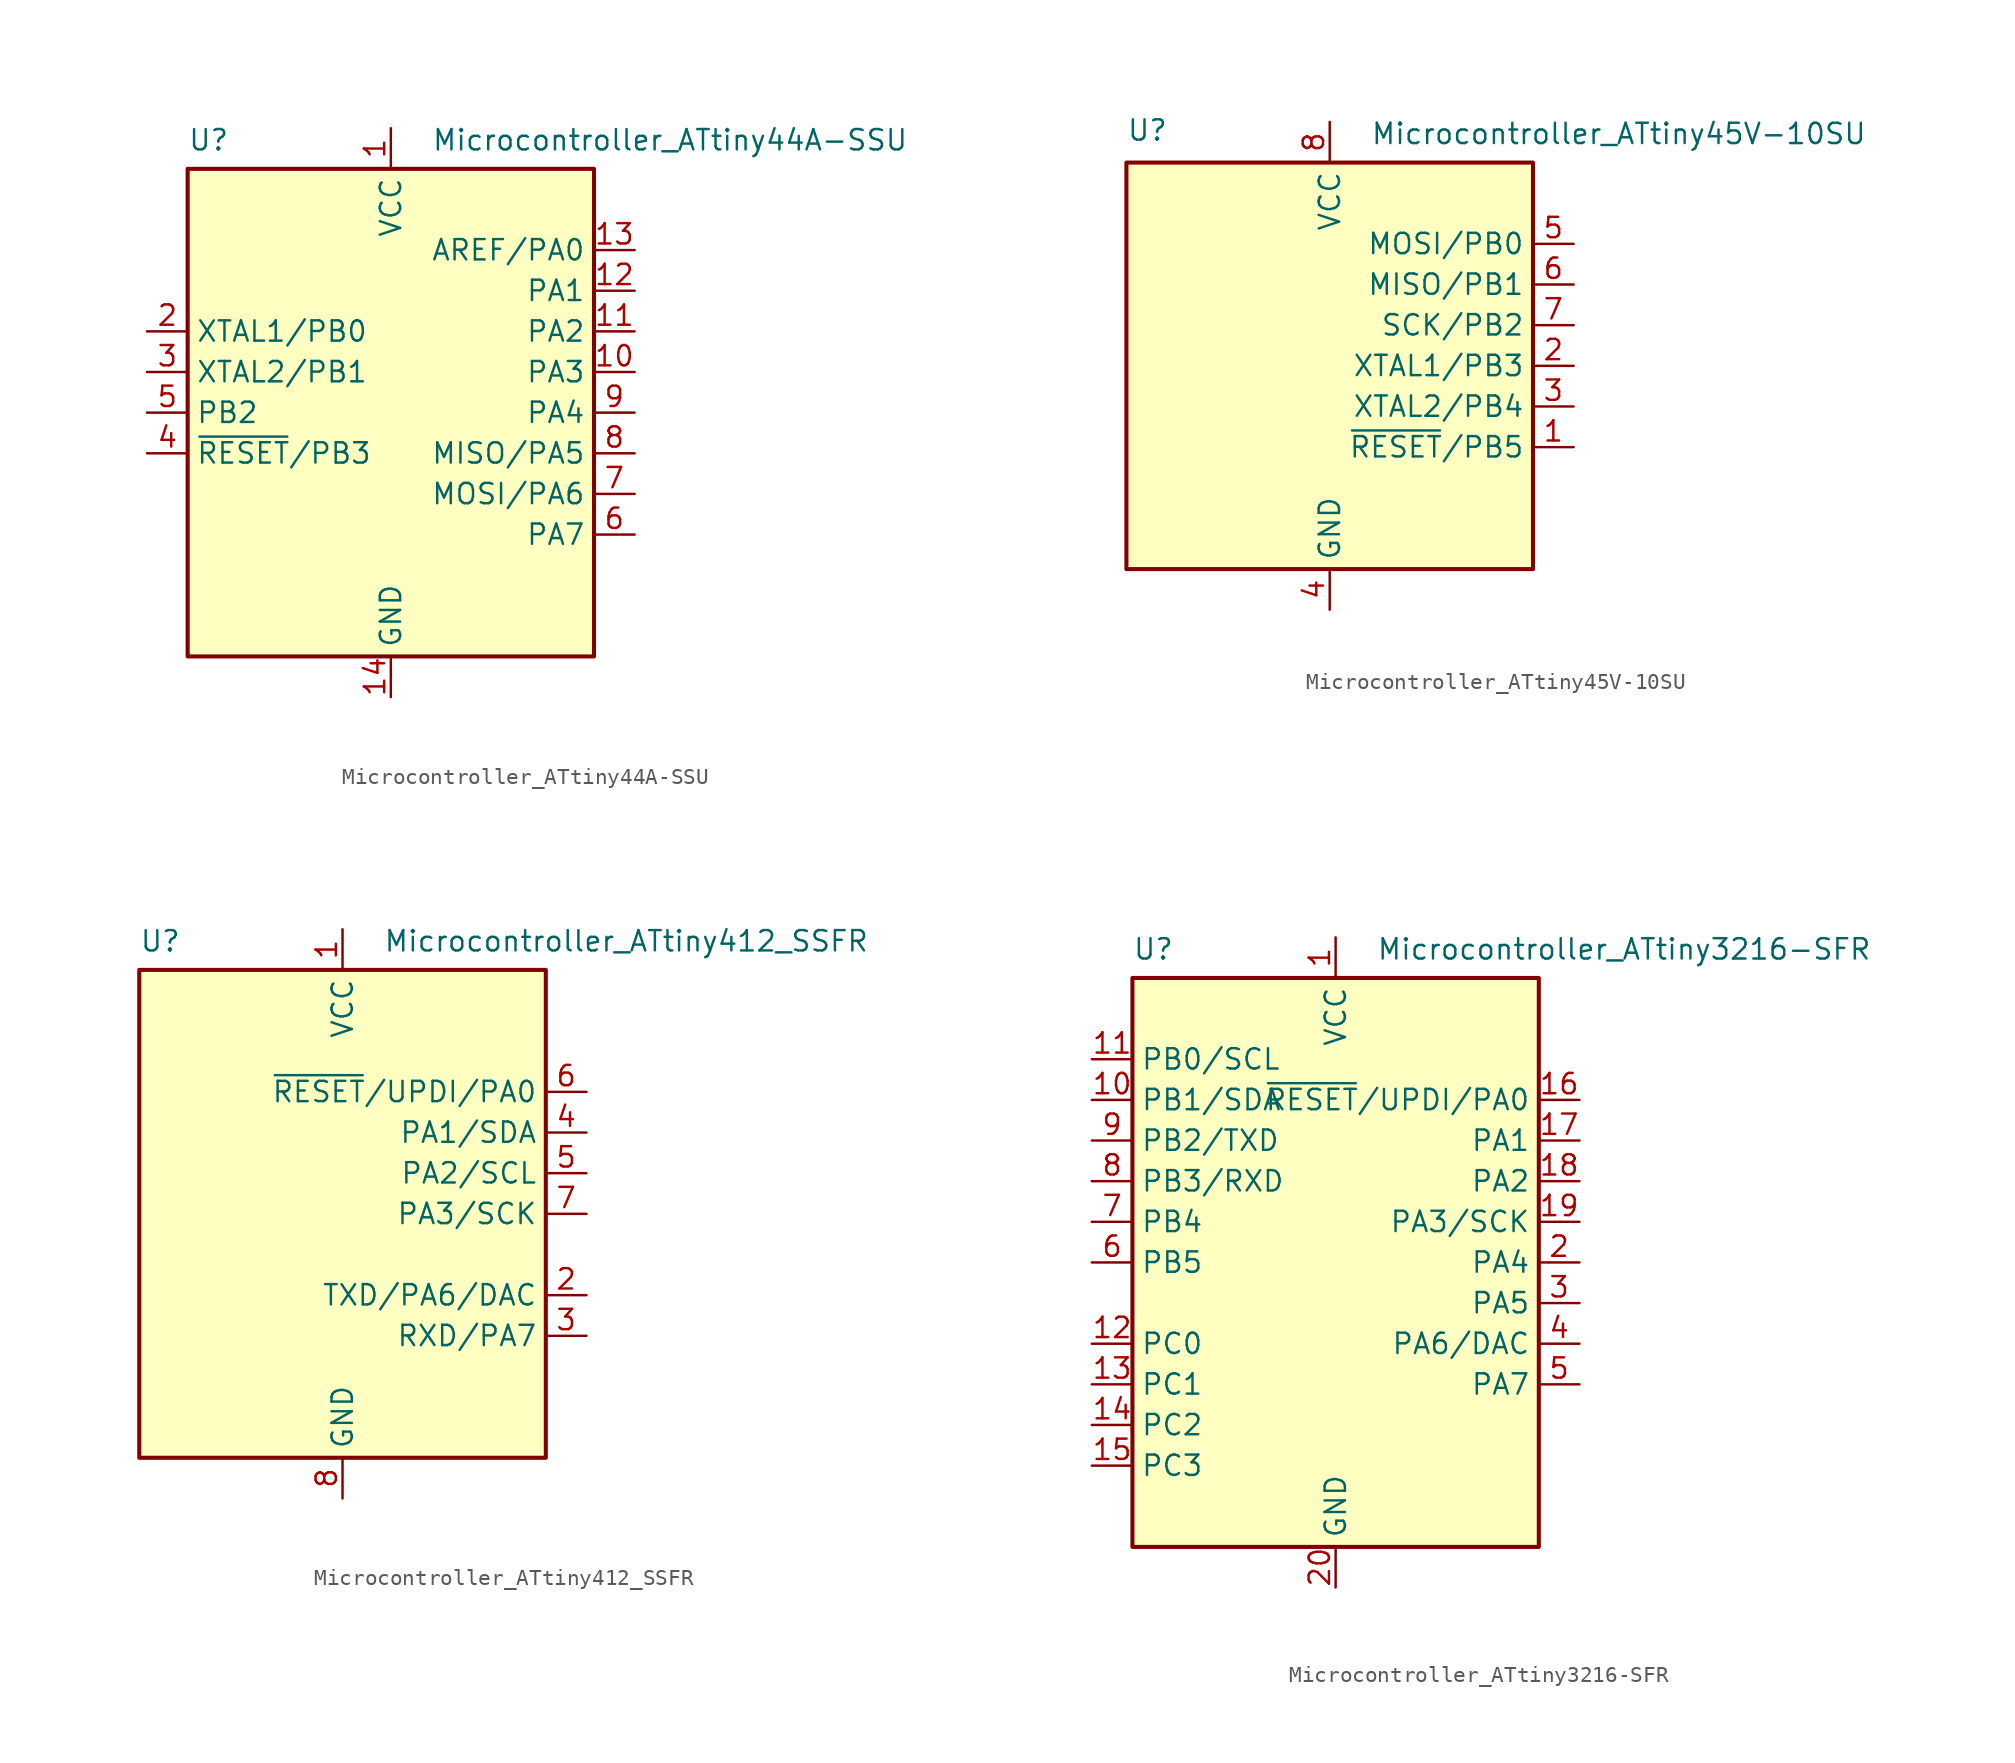
<source format=kicad_sym>
(kicad_symbol_lib
  (version 20220914)
  (generator kicad_symbol_editor)
  (symbol "Microcontroller_ATtiny44A-SSU"
    (property "Reference" "U"
      (at -12.7 17.78 0)
      (effects (font (size 1.27 1.27)) (justify left top)))
    (property "Value" "Microcontroller_ATtiny44A-SSU"
      (at 2.54 17.78 0)
      (effects (font (size 1.27 1.27)) (justify left top)))
    (symbol "Microcontroller_ATtiny44A-SSU_0_1"
      (rectangle (start -12.7 -15.24) (end 12.7 15.24) (stroke (width 0.254) (type solid)) (fill (type background))))
    (symbol "Microcontroller_ATtiny44A-SSU_1_1"
      (pin power_in line (at 0 17.78 270) (length 2.54) (name "VCC" (effects (font (size 1.27 1.27)))) (number "1" (effects (font (size 1.27 1.27)))))
      (pin bidirectional line (at 15.24 2.54 180) (length 2.54) (name "PA3" (effects (font (size 1.27 1.27)))) (number "10" (effects (font (size 1.27 1.27)))))
      (pin bidirectional line (at 15.24 5.08 180) (length 2.54) (name "PA2" (effects (font (size 1.27 1.27)))) (number "11" (effects (font (size 1.27 1.27)))))
      (pin bidirectional line (at 15.24 7.62 180) (length 2.54) (name "PA1" (effects (font (size 1.27 1.27)))) (number "12" (effects (font (size 1.27 1.27)))))
      (pin bidirectional line (at 15.24 10.16 180) (length 2.54) (name "AREF/PA0" (effects (font (size 1.27 1.27)))) (number "13" (effects (font (size 1.27 1.27)))))
      (pin power_in line (at 0 -17.78 90) (length 2.54) (name "GND" (effects (font (size 1.27 1.27)))) (number "14" (effects (font (size 1.27 1.27)))))
      (pin bidirectional line (at -15.24 5.08 0) (length 2.54) (name "XTAL1/PB0" (effects (font (size 1.27 1.27)))) (number "2" (effects (font (size 1.27 1.27)))))
      (pin bidirectional line (at -15.24 2.54 0) (length 2.54) (name "XTAL2/PB1" (effects (font (size 1.27 1.27)))) (number "3" (effects (font (size 1.27 1.27)))))
      (pin bidirectional line (at -15.24 -2.54 0) (length 2.54) (name "~{RESET}/PB3" (effects (font (size 1.27 1.27)))) (number "4" (effects (font (size 1.27 1.27)))))
      (pin bidirectional line (at -15.24 0 0) (length 2.54) (name "PB2" (effects (font (size 1.27 1.27)))) (number "5" (effects (font (size 1.27 1.27)))))
      (pin bidirectional line (at 15.24 -7.62 180) (length 2.54) (name "PA7" (effects (font (size 1.27 1.27)))) (number "6" (effects (font (size 1.27 1.27)))))
      (pin bidirectional line (at 15.24 -5.08 180) (length 2.54) (name "MOSI/PA6" (effects (font (size 1.27 1.27)))) (number "7" (effects (font (size 1.27 1.27)))))
      (pin bidirectional line (at 15.24 -2.54 180) (length 2.54) (name "MISO/PA5" (effects (font (size 1.27 1.27)))) (number "8" (effects (font (size 1.27 1.27)))))
      (pin bidirectional line (at 15.24 0 180) (length 2.54) (name "PA4" (effects (font (size 1.27 1.27)))) (number "9" (effects (font (size 1.27 1.27)))))))
  (symbol "Microcontroller_ATtiny45V-10SU"
    (property "Reference" "U"
      (at -12.7 13.97 0)
      (effects (font (size 1.27 1.27)) (justify left bottom)))
    (property "Value" "Microcontroller_ATtiny45V-10SU"
      (at 2.54 15.24 0)
      (effects (font (size 1.27 1.27)) (justify left top)))
    (symbol "Microcontroller_ATtiny45V-10SU_0_1"
      (rectangle (start -12.7 -12.7) (end 12.7 12.7) (stroke (width 0.254) (type solid)) (fill (type background))))
    (symbol "Microcontroller_ATtiny45V-10SU_1_1"
      (pin bidirectional line (at 15.24 -5.08 180) (length 2.54) (name "~{RESET}/PB5" (effects (font (size 1.27 1.27)))) (number "1" (effects (font (size 1.27 1.27)))))
      (pin bidirectional line (at 15.24 0 180) (length 2.54) (name "XTAL1/PB3" (effects (font (size 1.27 1.27)))) (number "2" (effects (font (size 1.27 1.27)))))
      (pin bidirectional line (at 15.24 -2.54 180) (length 2.54) (name "XTAL2/PB4" (effects (font (size 1.27 1.27)))) (number "3" (effects (font (size 1.27 1.27)))))
      (pin power_in line (at 0 -15.24 90) (length 2.54) (name "GND" (effects (font (size 1.27 1.27)))) (number "4" (effects (font (size 1.27 1.27)))))
      (pin bidirectional line (at 15.24 7.62 180) (length 2.54) (name "MOSI/PB0" (effects (font (size 1.27 1.27)))) (number "5" (effects (font (size 1.27 1.27)))))
      (pin bidirectional line (at 15.24 5.08 180) (length 2.54) (name "MISO/PB1" (effects (font (size 1.27 1.27)))) (number "6" (effects (font (size 1.27 1.27)))))
      (pin bidirectional line (at 15.24 2.54 180) (length 2.54) (name "SCK/PB2" (effects (font (size 1.27 1.27)))) (number "7" (effects (font (size 1.27 1.27)))))
      (pin power_in line (at 0 15.24 270) (length 2.54) (name "VCC" (effects (font (size 1.27 1.27)))) (number "8" (effects (font (size 1.27 1.27)))))))
  (symbol "Microcontroller_ATtiny412_SSFR"
    (property "Reference" "U"
      (at -12.7 17.78 0)
      (effects (font (size 1.27 1.27)) (justify left top)))
    (property "Value" "Microcontroller_ATtiny412_SSFR"
      (at 2.54 17.78 0)
      (effects (font (size 1.27 1.27)) (justify left top)))
    (symbol "Microcontroller_ATtiny412_SSFR_0_1"
      (rectangle (start -12.7 -15.24) (end 12.7 15.24) (stroke (width 0.254) (type solid)) (fill (type background))))
    (symbol "Microcontroller_ATtiny412_SSFR_1_1"
      (pin power_in line (at 0 17.78 270) (length 2.54) (name "VCC" (effects (font (size 1.27 1.27)))) (number "1" (effects (font (size 1.27 1.27)))))
      (pin bidirectional line (at 15.24 -5.08 180) (length 2.54) (name "TXD/PA6/DAC" (effects (font (size 1.27 1.27)))) (number "2" (effects (font (size 1.27 1.27)))))
      (pin bidirectional line (at 15.24 -7.62 180) (length 2.54) (name "RXD/PA7" (effects (font (size 1.27 1.27)))) (number "3" (effects (font (size 1.27 1.27)))))
      (pin bidirectional line (at 15.24 5.08 180) (length 2.54) (name "PA1/SDA" (effects (font (size 1.27 1.27)))) (number "4" (effects (font (size 1.27 1.27)))))
      (pin bidirectional line (at 15.24 2.54 180) (length 2.54) (name "PA2/SCL" (effects (font (size 1.27 1.27)))) (number "5" (effects (font (size 1.27 1.27)))))
      (pin bidirectional line (at 15.24 7.62 180) (length 2.54) (name "~{RESET}/UPDI/PA0" (effects (font (size 1.27 1.27)))) (number "6" (effects (font (size 1.27 1.27)))))
      (pin bidirectional line (at 15.24 0 180) (length 2.54) (name "PA3/SCK" (effects (font (size 1.27 1.27)))) (number "7" (effects (font (size 1.27 1.27)))))
      (pin power_in line (at 0 -17.78 90) (length 2.54) (name "GND" (effects (font (size 1.27 1.27)))) (number "8" (effects (font (size 1.27 1.27)))))))
  (symbol "Microcontroller_ATtiny3216-SFR"
    (property "Reference" "U"
      (at -12.7 20.32 0)
      (effects (font (size 1.27 1.27)) (justify left top)))
    (property "Value" "Microcontroller_ATtiny3216-SFR"
      (at 2.54 20.32 0)
      (effects (font (size 1.27 1.27)) (justify left top)))
    (symbol "Microcontroller_ATtiny3216-SFR_0_1"
      (rectangle (start -12.7 -17.78) (end 12.7 17.78) (stroke (width 0.254) (type solid)) (fill (type background))))
    (symbol "Microcontroller_ATtiny3216-SFR_1_1"
      (pin power_in line (at 0 20.32 270) (length 2.54) (name "VCC" (effects (font (size 1.27 1.27)))) (number "1" (effects (font (size 1.27 1.27)))))
      (pin bidirectional line (at -15.24 10.16 0) (length 2.54) (name "PB1/SDA" (effects (font (size 1.27 1.27)))) (number "10" (effects (font (size 1.27 1.27)))))
      (pin bidirectional line (at -15.24 12.7 0) (length 2.54) (name "PB0/SCL" (effects (font (size 1.27 1.27)))) (number "11" (effects (font (size 1.27 1.27)))))
      (pin bidirectional line (at -15.24 -5.08 0) (length 2.54) (name "PC0" (effects (font (size 1.27 1.27)))) (number "12" (effects (font (size 1.27 1.27)))))
      (pin bidirectional line (at -15.24 -7.62 0) (length 2.54) (name "PC1" (effects (font (size 1.27 1.27)))) (number "13" (effects (font (size 1.27 1.27)))))
      (pin bidirectional line (at -15.24 -10.16 0) (length 2.54) (name "PC2" (effects (font (size 1.27 1.27)))) (number "14" (effects (font (size 1.27 1.27)))))
      (pin bidirectional line (at -15.24 -12.7 0) (length 2.54) (name "PC3" (effects (font (size 1.27 1.27)))) (number "15" (effects (font (size 1.27 1.27)))))
      (pin bidirectional line (at 15.24 10.16 180) (length 2.54) (name "~{RESET}/UPDI/PA0" (effects (font (size 1.27 1.27)))) (number "16" (effects (font (size 1.27 1.27)))))
      (pin bidirectional line (at 15.24 7.62 180) (length 2.54) (name "PA1" (effects (font (size 1.27 1.27)))) (number "17" (effects (font (size 1.27 1.27)))))
      (pin bidirectional line (at 15.24 5.08 180) (length 2.54) (name "PA2" (effects (font (size 1.27 1.27)))) (number "18" (effects (font (size 1.27 1.27)))))
      (pin bidirectional line (at 15.24 2.54 180) (length 2.54) (name "PA3/SCK" (effects (font (size 1.27 1.27)))) (number "19" (effects (font (size 1.27 1.27)))))
      (pin bidirectional line (at 15.24 0 180) (length 2.54) (name "PA4" (effects (font (size 1.27 1.27)))) (number "2" (effects (font (size 1.27 1.27)))))
      (pin power_in line (at 0 -20.32 90) (length 2.54) (name "GND" (effects (font (size 1.27 1.27)))) (number "20" (effects (font (size 1.27 1.27)))))
      (pin bidirectional line (at 15.24 -2.54 180) (length 2.54) (name "PA5" (effects (font (size 1.27 1.27)))) (number "3" (effects (font (size 1.27 1.27)))))
      (pin bidirectional line (at 15.24 -5.08 180) (length 2.54) (name "PA6/DAC" (effects (font (size 1.27 1.27)))) (number "4" (effects (font (size 1.27 1.27)))))
      (pin bidirectional line (at 15.24 -7.62 180) (length 2.54) (name "PA7" (effects (font (size 1.27 1.27)))) (number "5" (effects (font (size 1.27 1.27)))))
      (pin bidirectional line (at -15.24 0 0) (length 2.54) (name "PB5" (effects (font (size 1.27 1.27)))) (number "6" (effects (font (size 1.27 1.27)))))
      (pin bidirectional line (at -15.24 2.54 0) (length 2.54) (name "PB4" (effects (font (size 1.27 1.27)))) (number "7" (effects (font (size 1.27 1.27)))))
      (pin bidirectional line (at -15.24 5.08 0) (length 2.54) (name "PB3/RXD" (effects (font (size 1.27 1.27)))) (number "8" (effects (font (size 1.27 1.27)))))
      (pin bidirectional line (at -15.24 7.62 0) (length 2.54) (name "PB2/TXD" (effects (font (size 1.27 1.27)))) (number "9" (effects (font (size 1.27 1.27))))))))
</source>
